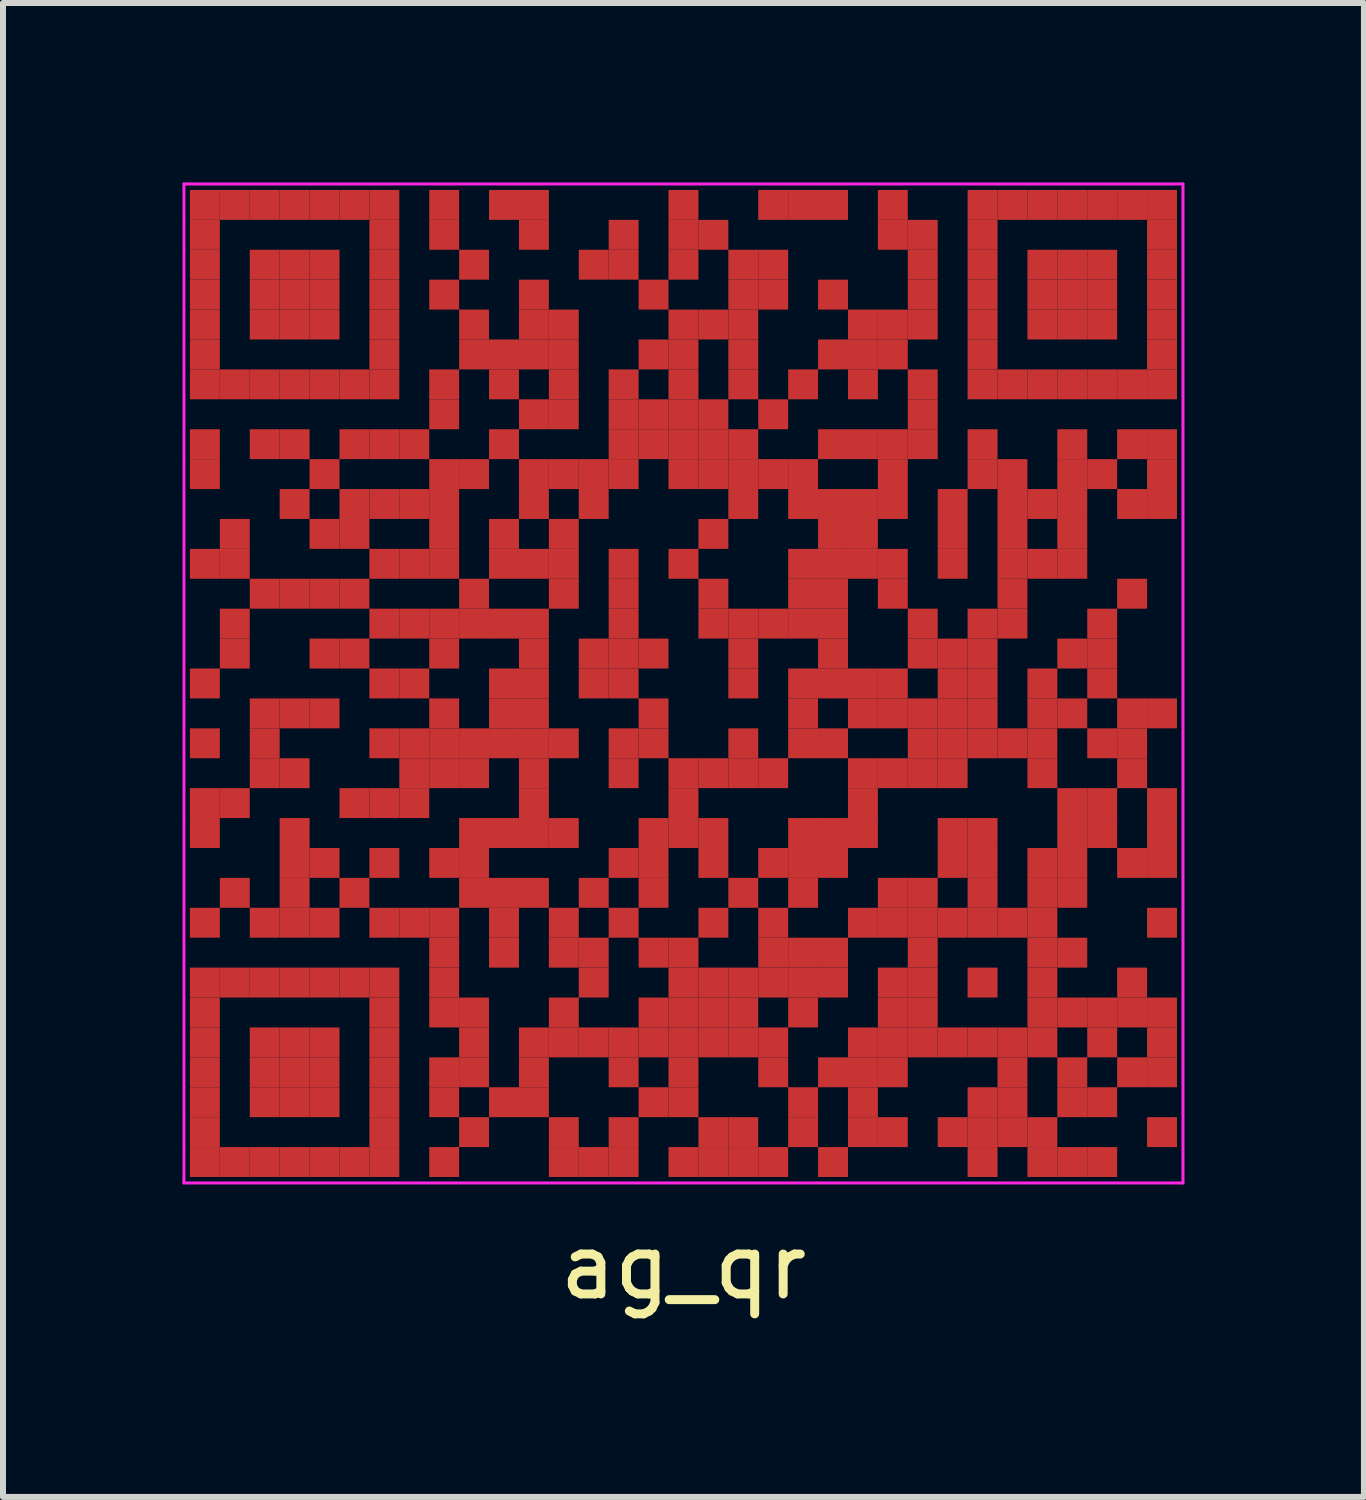
<source format=kicad_pcb>
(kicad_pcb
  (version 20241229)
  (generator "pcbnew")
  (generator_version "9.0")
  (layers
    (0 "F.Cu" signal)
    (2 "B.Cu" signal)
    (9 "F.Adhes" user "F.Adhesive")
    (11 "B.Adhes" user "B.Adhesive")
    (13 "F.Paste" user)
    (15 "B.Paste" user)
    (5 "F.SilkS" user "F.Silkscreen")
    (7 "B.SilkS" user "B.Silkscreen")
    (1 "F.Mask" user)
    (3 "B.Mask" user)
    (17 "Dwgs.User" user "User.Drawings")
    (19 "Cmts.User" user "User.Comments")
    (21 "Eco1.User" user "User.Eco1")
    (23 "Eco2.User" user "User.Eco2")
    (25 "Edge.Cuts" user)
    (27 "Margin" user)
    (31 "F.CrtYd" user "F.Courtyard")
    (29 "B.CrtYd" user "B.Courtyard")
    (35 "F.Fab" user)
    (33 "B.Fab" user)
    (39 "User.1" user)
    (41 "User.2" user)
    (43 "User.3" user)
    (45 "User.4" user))
  (footprint "ag_qr"
    (layer "F.Cu")
    (at 8.375 8.375)
    (property "Reference" "ag_qr" (at 0 9.75 0) (layer "F.SilkS") (effects (font (size 1 1) (thickness 0.15))))
    (fp_rect (start -8.3 -8.3) (end 8.3 8.3) (stroke (width 0) (type solid)) (fill yes) (layer "F.Mask"))
    (fp_line (start -8.35 -8.35) (end 8.35 -8.35) (stroke (width 0.05) (type solid)) (layer "F.CrtYd"))
    (fp_line (start -8.35 8.35) (end -8.35 -8.35) (stroke (width 0.05) (type solid)) (layer "F.CrtYd"))
    (fp_line (start 8.35 -8.35) (end 8.35 8.35) (stroke (width 0.05) (type solid)) (layer "F.CrtYd"))
    (fp_line (start 8.35 8.35) (end -8.35 8.35) (stroke (width 0.05) (type solid)) (layer "F.CrtYd"))
    (pad "" smd rect (at -8 -8) (size 0.5 0.5) (layers "F.Cu"))
    (pad "" smd rect (at -8 -7.5) (size 0.5 0.5) (layers "F.Cu"))
    (pad "" smd rect (at -8 -7) (size 0.5 0.5) (layers "F.Cu"))
    (pad "" smd rect (at -8 -6.5) (size 0.5 0.5) (layers "F.Cu"))
    (pad "" smd rect (at -8 -6) (size 0.5 0.5) (layers "F.Cu"))
    (pad "" smd rect (at -8 -5.5) (size 0.5 0.5) (layers "F.Cu"))
    (pad "" smd rect (at -8 -5) (size 0.5 0.5) (layers "F.Cu"))
    (pad "" smd rect (at -8 -4) (size 0.5 0.5) (layers "F.Cu"))
    (pad "" smd rect (at -8 -3.5) (size 0.5 0.5) (layers "F.Cu"))
    (pad "" smd rect (at -8 -2) (size 0.5 0.5) (layers "F.Cu"))
    (pad "" smd rect (at -8 0) (size 0.5 0.5) (layers "F.Cu"))
    (pad "" smd rect (at -8 1) (size 0.5 0.5) (layers "F.Cu"))
    (pad "" smd rect (at -8 2) (size 0.5 0.5) (layers "F.Cu"))
    (pad "" smd rect (at -8 2.5) (size 0.5 0.5) (layers "F.Cu"))
    (pad "" smd rect (at -8 4) (size 0.5 0.5) (layers "F.Cu"))
    (pad "" smd rect (at -8 5) (size 0.5 0.5) (layers "F.Cu"))
    (pad "" smd rect (at -8 5.5) (size 0.5 0.5) (layers "F.Cu"))
    (pad "" smd rect (at -8 6) (size 0.5 0.5) (layers "F.Cu"))
    (pad "" smd rect (at -8 6.5) (size 0.5 0.5) (layers "F.Cu"))
    (pad "" smd rect (at -8 7) (size 0.5 0.5) (layers "F.Cu"))
    (pad "" smd rect (at -8 7.5) (size 0.5 0.5) (layers "F.Cu"))
    (pad "" smd rect (at -8 8) (size 0.5 0.5) (layers "F.Cu"))
    (pad "" smd rect (at -7.5 -8) (size 0.5 0.5) (layers "F.Cu"))
    (pad "" smd rect (at -7.5 -5) (size 0.5 0.5) (layers "F.Cu"))
    (pad "" smd rect (at -7.5 -2.5) (size 0.5 0.5) (layers "F.Cu"))
    (pad "" smd rect (at -7.5 -2) (size 0.5 0.5) (layers "F.Cu"))
    (pad "" smd rect (at -7.5 -1) (size 0.5 0.5) (layers "F.Cu"))
    (pad "" smd rect (at -7.5 -0.5) (size 0.5 0.5) (layers "F.Cu"))
    (pad "" smd rect (at -7.5 2) (size 0.5 0.5) (layers "F.Cu"))
    (pad "" smd rect (at -7.5 3.5) (size 0.5 0.5) (layers "F.Cu"))
    (pad "" smd rect (at -7.5 5) (size 0.5 0.5) (layers "F.Cu"))
    (pad "" smd rect (at -7.5 8) (size 0.5 0.5) (layers "F.Cu"))
    (pad "" smd rect (at -7 -8) (size 0.5 0.5) (layers "F.Cu"))
    (pad "" smd rect (at -7 -7) (size 0.5 0.5) (layers "F.Cu"))
    (pad "" smd rect (at -7 -6.5) (size 0.5 0.5) (layers "F.Cu"))
    (pad "" smd rect (at -7 -6) (size 0.5 0.5) (layers "F.Cu"))
    (pad "" smd rect (at -7 -5) (size 0.5 0.5) (layers "F.Cu"))
    (pad "" smd rect (at -7 -4) (size 0.5 0.5) (layers "F.Cu"))
    (pad "" smd rect (at -7 -1.5) (size 0.5 0.5) (layers "F.Cu"))
    (pad "" smd rect (at -7 0.5) (size 0.5 0.5) (layers "F.Cu"))
    (pad "" smd rect (at -7 1) (size 0.5 0.5) (layers "F.Cu"))
    (pad "" smd rect (at -7 1.5) (size 0.5 0.5) (layers "F.Cu"))
    (pad "" smd rect (at -7 4) (size 0.5 0.5) (layers "F.Cu"))
    (pad "" smd rect (at -7 5) (size 0.5 0.5) (layers "F.Cu"))
    (pad "" smd rect (at -7 6) (size 0.5 0.5) (layers "F.Cu"))
    (pad "" smd rect (at -7 6.5) (size 0.5 0.5) (layers "F.Cu"))
    (pad "" smd rect (at -7 7) (size 0.5 0.5) (layers "F.Cu"))
    (pad "" smd rect (at -7 8) (size 0.5 0.5) (layers "F.Cu"))
    (pad "" smd rect (at -6.5 -8) (size 0.5 0.5) (layers "F.Cu"))
    (pad "" smd rect (at -6.5 -7) (size 0.5 0.5) (layers "F.Cu"))
    (pad "" smd rect (at -6.5 -6.5) (size 0.5 0.5) (layers "F.Cu"))
    (pad "" smd rect (at -6.5 -6) (size 0.5 0.5) (layers "F.Cu"))
    (pad "" smd rect (at -6.5 -5) (size 0.5 0.5) (layers "F.Cu"))
    (pad "" smd rect (at -6.5 -4) (size 0.5 0.5) (layers "F.Cu"))
    (pad "" smd rect (at -6.5 -3) (size 0.5 0.5) (layers "F.Cu"))
    (pad "" smd rect (at -6.5 -1.5) (size 0.5 0.5) (layers "F.Cu"))
    (pad "" smd rect (at -6.5 0.5) (size 0.5 0.5) (layers "F.Cu"))
    (pad "" smd rect (at -6.5 1.5) (size 0.5 0.5) (layers "F.Cu"))
    (pad "" smd rect (at -6.5 2.5) (size 0.5 0.5) (layers "F.Cu"))
    (pad "" smd rect (at -6.5 3) (size 0.5 0.5) (layers "F.Cu"))
    (pad "" smd rect (at -6.5 3.5) (size 0.5 0.5) (layers "F.Cu"))
    (pad "" smd rect (at -6.5 4) (size 0.5 0.5) (layers "F.Cu"))
    (pad "" smd rect (at -6.5 5) (size 0.5 0.5) (layers "F.Cu"))
    (pad "" smd rect (at -6.5 6) (size 0.5 0.5) (layers "F.Cu"))
    (pad "" smd rect (at -6.5 6.5) (size 0.5 0.5) (layers "F.Cu"))
    (pad "" smd rect (at -6.5 7) (size 0.5 0.5) (layers "F.Cu"))
    (pad "" smd rect (at -6.5 8) (size 0.5 0.5) (layers "F.Cu"))
    (pad "" smd rect (at -6 -8) (size 0.5 0.5) (layers "F.Cu"))
    (pad "" smd rect (at -6 -7) (size 0.5 0.5) (layers "F.Cu"))
    (pad "" smd rect (at -6 -6.5) (size 0.5 0.5) (layers "F.Cu"))
    (pad "" smd rect (at -6 -6) (size 0.5 0.5) (layers "F.Cu"))
    (pad "" smd rect (at -6 -5) (size 0.5 0.5) (layers "F.Cu"))
    (pad "" smd rect (at -6 -3.5) (size 0.5 0.5) (layers "F.Cu"))
    (pad "" smd rect (at -6 -2.5) (size 0.5 0.5) (layers "F.Cu"))
    (pad "" smd rect (at -6 -1.5) (size 0.5 0.5) (layers "F.Cu"))
    (pad "" smd rect (at -6 -0.5) (size 0.5 0.5) (layers "F.Cu"))
    (pad "" smd rect (at -6 0.5) (size 0.5 0.5) (layers "F.Cu"))
    (pad "" smd rect (at -6 3) (size 0.5 0.5) (layers "F.Cu"))
    (pad "" smd rect (at -6 4) (size 0.5 0.5) (layers "F.Cu"))
    (pad "" smd rect (at -6 5) (size 0.5 0.5) (layers "F.Cu"))
    (pad "" smd rect (at -6 6) (size 0.5 0.5) (layers "F.Cu"))
    (pad "" smd rect (at -6 6.5) (size 0.5 0.5) (layers "F.Cu"))
    (pad "" smd rect (at -6 7) (size 0.5 0.5) (layers "F.Cu"))
    (pad "" smd rect (at -6 8) (size 0.5 0.5) (layers "F.Cu"))
    (pad "" smd rect (at -5.5 -8) (size 0.5 0.5) (layers "F.Cu"))
    (pad "" smd rect (at -5.5 -5) (size 0.5 0.5) (layers "F.Cu"))
    (pad "" smd rect (at -5.5 -4) (size 0.5 0.5) (layers "F.Cu"))
    (pad "" smd rect (at -5.5 -3) (size 0.5 0.5) (layers "F.Cu"))
    (pad "" smd rect (at -5.5 -2.5) (size 0.5 0.5) (layers "F.Cu"))
    (pad "" smd rect (at -5.5 -1.5) (size 0.5 0.5) (layers "F.Cu"))
    (pad "" smd rect (at -5.5 -0.5) (size 0.5 0.5) (layers "F.Cu"))
    (pad "" smd rect (at -5.5 2) (size 0.5 0.5) (layers "F.Cu"))
    (pad "" smd rect (at -5.5 3.5) (size 0.5 0.5) (layers "F.Cu"))
    (pad "" smd rect (at -5.5 5) (size 0.5 0.5) (layers "F.Cu"))
    (pad "" smd rect (at -5.5 8) (size 0.5 0.5) (layers "F.Cu"))
    (pad "" smd rect (at -5 -8) (size 0.5 0.5) (layers "F.Cu"))
    (pad "" smd rect (at -5 -7.5) (size 0.5 0.5) (layers "F.Cu"))
    (pad "" smd rect (at -5 -7) (size 0.5 0.5) (layers "F.Cu"))
    (pad "" smd rect (at -5 -6.5) (size 0.5 0.5) (layers "F.Cu"))
    (pad "" smd rect (at -5 -6) (size 0.5 0.5) (layers "F.Cu"))
    (pad "" smd rect (at -5 -5.5) (size 0.5 0.5) (layers "F.Cu"))
    (pad "" smd rect (at -5 -5) (size 0.5 0.5) (layers "F.Cu"))
    (pad "" smd rect (at -5 -4) (size 0.5 0.5) (layers "F.Cu"))
    (pad "" smd rect (at -5 -3) (size 0.5 0.5) (layers "F.Cu"))
    (pad "" smd rect (at -5 -2) (size 0.5 0.5) (layers "F.Cu"))
    (pad "" smd rect (at -5 -1) (size 0.5 0.5) (layers "F.Cu"))
    (pad "" smd rect (at -5 0) (size 0.5 0.5) (layers "F.Cu"))
    (pad "" smd rect (at -5 1) (size 0.5 0.5) (layers "F.Cu"))
    (pad "" smd rect (at -5 2) (size 0.5 0.5) (layers "F.Cu"))
    (pad "" smd rect (at -5 3) (size 0.5 0.5) (layers "F.Cu"))
    (pad "" smd rect (at -5 4) (size 0.5 0.5) (layers "F.Cu"))
    (pad "" smd rect (at -5 5) (size 0.5 0.5) (layers "F.Cu"))
    (pad "" smd rect (at -5 5.5) (size 0.5 0.5) (layers "F.Cu"))
    (pad "" smd rect (at -5 6) (size 0.5 0.5) (layers "F.Cu"))
    (pad "" smd rect (at -5 6.5) (size 0.5 0.5) (layers "F.Cu"))
    (pad "" smd rect (at -5 7) (size 0.5 0.5) (layers "F.Cu"))
    (pad "" smd rect (at -5 7.5) (size 0.5 0.5) (layers "F.Cu"))
    (pad "" smd rect (at -5 8) (size 0.5 0.5) (layers "F.Cu"))
    (pad "" smd rect (at -4.5 -4) (size 0.5 0.5) (layers "F.Cu"))
    (pad "" smd rect (at -4.5 -3) (size 0.5 0.5) (layers "F.Cu"))
    (pad "" smd rect (at -4.5 -2) (size 0.5 0.5) (layers "F.Cu"))
    (pad "" smd rect (at -4.5 -1) (size 0.5 0.5) (layers "F.Cu"))
    (pad "" smd rect (at -4.5 0) (size 0.5 0.5) (layers "F.Cu"))
    (pad "" smd rect (at -4.5 1) (size 0.5 0.5) (layers "F.Cu"))
    (pad "" smd rect (at -4.5 1.5) (size 0.5 0.5) (layers "F.Cu"))
    (pad "" smd rect (at -4.5 2) (size 0.5 0.5) (layers "F.Cu"))
    (pad "" smd rect (at -4.5 4) (size 0.5 0.5) (layers "F.Cu"))
    (pad "" smd rect (at -4 -8) (size 0.5 0.5) (layers "F.Cu"))
    (pad "" smd rect (at -4 -7.5) (size 0.5 0.5) (layers "F.Cu"))
    (pad "" smd rect (at -4 -6.5) (size 0.5 0.5) (layers "F.Cu"))
    (pad "" smd rect (at -4 -5) (size 0.5 0.5) (layers "F.Cu"))
    (pad "" smd rect (at -4 -4.5) (size 0.5 0.5) (layers "F.Cu"))
    (pad "" smd rect (at -4 -3.5) (size 0.5 0.5) (layers "F.Cu"))
    (pad "" smd rect (at -4 -3) (size 0.5 0.5) (layers "F.Cu"))
    (pad "" smd rect (at -4 -2.5) (size 0.5 0.5) (layers "F.Cu"))
    (pad "" smd rect (at -4 -2) (size 0.5 0.5) (layers "F.Cu"))
    (pad "" smd rect (at -4 -1) (size 0.5 0.5) (layers "F.Cu"))
    (pad "" smd rect (at -4 -0.5) (size 0.5 0.5) (layers "F.Cu"))
    (pad "" smd rect (at -4 0.5) (size 0.5 0.5) (layers "F.Cu"))
    (pad "" smd rect (at -4 1) (size 0.5 0.5) (layers "F.Cu"))
    (pad "" smd rect (at -4 1.5) (size 0.5 0.5) (layers "F.Cu"))
    (pad "" smd rect (at -4 3) (size 0.5 0.5) (layers "F.Cu"))
    (pad "" smd rect (at -4 4) (size 0.5 0.5) (layers "F.Cu"))
    (pad "" smd rect (at -4 4.5) (size 0.5 0.5) (layers "F.Cu"))
    (pad "" smd rect (at -4 5) (size 0.5 0.5) (layers "F.Cu"))
    (pad "" smd rect (at -4 5.5) (size 0.5 0.5) (layers "F.Cu"))
    (pad "" smd rect (at -4 6.5) (size 0.5 0.5) (layers "F.Cu"))
    (pad "" smd rect (at -4 7) (size 0.5 0.5) (layers "F.Cu"))
    (pad "" smd rect (at -4 8) (size 0.5 0.5) (layers "F.Cu"))
    (pad "" smd rect (at -3.5 -7) (size 0.5 0.5) (layers "F.Cu"))
    (pad "" smd rect (at -3.5 -6) (size 0.5 0.5) (layers "F.Cu"))
    (pad "" smd rect (at -3.5 -5.5) (size 0.5 0.5) (layers "F.Cu"))
    (pad "" smd rect (at -3.5 -3.5) (size 0.5 0.5) (layers "F.Cu"))
    (pad "" smd rect (at -3.5 -1.5) (size 0.5 0.5) (layers "F.Cu"))
    (pad "" smd rect (at -3.5 -1) (size 0.5 0.5) (layers "F.Cu"))
    (pad "" smd rect (at -3.5 1) (size 0.5 0.5) (layers "F.Cu"))
    (pad "" smd rect (at -3.5 1.5) (size 0.5 0.5) (layers "F.Cu"))
    (pad "" smd rect (at -3.5 2.5) (size 0.5 0.5) (layers "F.Cu"))
    (pad "" smd rect (at -3.5 3) (size 0.5 0.5) (layers "F.Cu"))
    (pad "" smd rect (at -3.5 3.5) (size 0.5 0.5) (layers "F.Cu"))
    (pad "" smd rect (at -3.5 5.5) (size 0.5 0.5) (layers "F.Cu"))
    (pad "" smd rect (at -3.5 6) (size 0.5 0.5) (layers "F.Cu"))
    (pad "" smd rect (at -3.5 6.5) (size 0.5 0.5) (layers "F.Cu"))
    (pad "" smd rect (at -3.5 7.5) (size 0.5 0.5) (layers "F.Cu"))
    (pad "" smd rect (at -3 -8) (size 0.5 0.5) (layers "F.Cu"))
    (pad "" smd rect (at -3 -5.5) (size 0.5 0.5) (layers "F.Cu"))
    (pad "" smd rect (at -3 -5) (size 0.5 0.5) (layers "F.Cu"))
    (pad "" smd rect (at -3 -4) (size 0.5 0.5) (layers "F.Cu"))
    (pad "" smd rect (at -3 -2.5) (size 0.5 0.5) (layers "F.Cu"))
    (pad "" smd rect (at -3 -2) (size 0.5 0.5) (layers "F.Cu"))
    (pad "" smd rect (at -3 -1) (size 0.5 0.5) (layers "F.Cu"))
    (pad "" smd rect (at -3 0) (size 0.5 0.5) (layers "F.Cu"))
    (pad "" smd rect (at -3 0.5) (size 0.5 0.5) (layers "F.Cu"))
    (pad "" smd rect (at -3 1) (size 0.5 0.5) (layers "F.Cu"))
    (pad "" smd rect (at -3 2.5) (size 0.5 0.5) (layers "F.Cu"))
    (pad "" smd rect (at -3 3.5) (size 0.5 0.5) (layers "F.Cu"))
    (pad "" smd rect (at -3 4) (size 0.5 0.5) (layers "F.Cu"))
    (pad "" smd rect (at -3 4.5) (size 0.5 0.5) (layers "F.Cu"))
    (pad "" smd rect (at -3 7) (size 0.5 0.5) (layers "F.Cu"))
    (pad "" smd rect (at -2.5 -8) (size 0.5 0.5) (layers "F.Cu"))
    (pad "" smd rect (at -2.5 -7.5) (size 0.5 0.5) (layers "F.Cu"))
    (pad "" smd rect (at -2.5 -6.5) (size 0.5 0.5) (layers "F.Cu"))
    (pad "" smd rect (at -2.5 -6) (size 0.5 0.5) (layers "F.Cu"))
    (pad "" smd rect (at -2.5 -5.5) (size 0.5 0.5) (layers "F.Cu"))
    (pad "" smd rect (at -2.5 -4.5) (size 0.5 0.5) (layers "F.Cu"))
    (pad "" smd rect (at -2.5 -3.5) (size 0.5 0.5) (layers "F.Cu"))
    (pad "" smd rect (at -2.5 -3) (size 0.5 0.5) (layers "F.Cu"))
    (pad "" smd rect (at -2.5 -2) (size 0.5 0.5) (layers "F.Cu"))
    (pad "" smd rect (at -2.5 -1) (size 0.5 0.5) (layers "F.Cu"))
    (pad "" smd rect (at -2.5 -0.5) (size 0.5 0.5) (layers "F.Cu"))
    (pad "" smd rect (at -2.5 0) (size 0.5 0.5) (layers "F.Cu"))
    (pad "" smd rect (at -2.5 0.5) (size 0.5 0.5) (layers "F.Cu"))
    (pad "" smd rect (at -2.5 1) (size 0.5 0.5) (layers "F.Cu"))
    (pad "" smd rect (at -2.5 1.5) (size 0.5 0.5) (layers "F.Cu"))
    (pad "" smd rect (at -2.5 2) (size 0.5 0.5) (layers "F.Cu"))
    (pad "" smd rect (at -2.5 2.5) (size 0.5 0.5) (layers "F.Cu"))
    (pad "" smd rect (at -2.5 3.5) (size 0.5 0.5) (layers "F.Cu"))
    (pad "" smd rect (at -2.5 6) (size 0.5 0.5) (layers "F.Cu"))
    (pad "" smd rect (at -2.5 6.5) (size 0.5 0.5) (layers "F.Cu"))
    (pad "" smd rect (at -2.5 7) (size 0.5 0.5) (layers "F.Cu"))
    (pad "" smd rect (at -2 -6) (size 0.5 0.5) (layers "F.Cu"))
    (pad "" smd rect (at -2 -5.5) (size 0.5 0.5) (layers "F.Cu"))
    (pad "" smd rect (at -2 -5) (size 0.5 0.5) (layers "F.Cu"))
    (pad "" smd rect (at -2 -4.5) (size 0.5 0.5) (layers "F.Cu"))
    (pad "" smd rect (at -2 -3.5) (size 0.5 0.5) (layers "F.Cu"))
    (pad "" smd rect (at -2 -2.5) (size 0.5 0.5) (layers "F.Cu"))
    (pad "" smd rect (at -2 -2) (size 0.5 0.5) (layers "F.Cu"))
    (pad "" smd rect (at -2 -1.5) (size 0.5 0.5) (layers "F.Cu"))
    (pad "" smd rect (at -2 1) (size 0.5 0.5) (layers "F.Cu"))
    (pad "" smd rect (at -2 2.5) (size 0.5 0.5) (layers "F.Cu"))
    (pad "" smd rect (at -2 4) (size 0.5 0.5) (layers "F.Cu"))
    (pad "" smd rect (at -2 4.5) (size 0.5 0.5) (layers "F.Cu"))
    (pad "" smd rect (at -2 5.5) (size 0.5 0.5) (layers "F.Cu"))
    (pad "" smd rect (at -2 6) (size 0.5 0.5) (layers "F.Cu"))
    (pad "" smd rect (at -2 7.5) (size 0.5 0.5) (layers "F.Cu"))
    (pad "" smd rect (at -2 8) (size 0.5 0.5) (layers "F.Cu"))
    (pad "" smd rect (at -1.5 -7) (size 0.5 0.5) (layers "F.Cu"))
    (pad "" smd rect (at -1.5 -3.5) (size 0.5 0.5) (layers "F.Cu"))
    (pad "" smd rect (at -1.5 -3) (size 0.5 0.5) (layers "F.Cu"))
    (pad "" smd rect (at -1.5 -0.5) (size 0.5 0.5) (layers "F.Cu"))
    (pad "" smd rect (at -1.5 0) (size 0.5 0.5) (layers "F.Cu"))
    (pad "" smd rect (at -1.5 3.5) (size 0.5 0.5) (layers "F.Cu"))
    (pad "" smd rect (at -1.5 4.5) (size 0.5 0.5) (layers "F.Cu"))
    (pad "" smd rect (at -1.5 5) (size 0.5 0.5) (layers "F.Cu"))
    (pad "" smd rect (at -1.5 6) (size 0.5 0.5) (layers "F.Cu"))
    (pad "" smd rect (at -1.5 8) (size 0.5 0.5) (layers "F.Cu"))
    (pad "" smd rect (at -1 -7.5) (size 0.5 0.5) (layers "F.Cu"))
    (pad "" smd rect (at -1 -7) (size 0.5 0.5) (layers "F.Cu"))
    (pad "" smd rect (at -1 -5) (size 0.5 0.5) (layers "F.Cu"))
    (pad "" smd rect (at -1 -4.5) (size 0.5 0.5) (layers "F.Cu"))
    (pad "" smd rect (at -1 -4) (size 0.5 0.5) (layers "F.Cu"))
    (pad "" smd rect (at -1 -3.5) (size 0.5 0.5) (layers "F.Cu"))
    (pad "" smd rect (at -1 -2) (size 0.5 0.5) (layers "F.Cu"))
    (pad "" smd rect (at -1 -1.5) (size 0.5 0.5) (layers "F.Cu"))
    (pad "" smd rect (at -1 -1) (size 0.5 0.5) (layers "F.Cu"))
    (pad "" smd rect (at -1 -0.5) (size 0.5 0.5) (layers "F.Cu"))
    (pad "" smd rect (at -1 0) (size 0.5 0.5) (layers "F.Cu"))
    (pad "" smd rect (at -1 1) (size 0.5 0.5) (layers "F.Cu"))
    (pad "" smd rect (at -1 1.5) (size 0.5 0.5) (layers "F.Cu"))
    (pad "" smd rect (at -1 3) (size 0.5 0.5) (layers "F.Cu"))
    (pad "" smd rect (at -1 4) (size 0.5 0.5) (layers "F.Cu"))
    (pad "" smd rect (at -1 6) (size 0.5 0.5) (layers "F.Cu"))
    (pad "" smd rect (at -1 6.5) (size 0.5 0.5) (layers "F.Cu"))
    (pad "" smd rect (at -1 7.5) (size 0.5 0.5) (layers "F.Cu"))
    (pad "" smd rect (at -1 8) (size 0.5 0.5) (layers "F.Cu"))
    (pad "" smd rect (at -0.5 -6.5) (size 0.5 0.5) (layers "F.Cu"))
    (pad "" smd rect (at -0.5 -5.5) (size 0.5 0.5) (layers "F.Cu"))
    (pad "" smd rect (at -0.5 -4.5) (size 0.5 0.5) (layers "F.Cu"))
    (pad "" smd rect (at -0.5 -4) (size 0.5 0.5) (layers "F.Cu"))
    (pad "" smd rect (at -0.5 -0.5) (size 0.5 0.5) (layers "F.Cu"))
    (pad "" smd rect (at -0.5 0.5) (size 0.5 0.5) (layers "F.Cu"))
    (pad "" smd rect (at -0.5 1) (size 0.5 0.5) (layers "F.Cu"))
    (pad "" smd rect (at -0.5 2.5) (size 0.5 0.5) (layers "F.Cu"))
    (pad "" smd rect (at -0.5 3) (size 0.5 0.5) (layers "F.Cu"))
    (pad "" smd rect (at -0.5 3.5) (size 0.5 0.5) (layers "F.Cu"))
    (pad "" smd rect (at -0.5 4.5) (size 0.5 0.5) (layers "F.Cu"))
    (pad "" smd rect (at -0.5 5.5) (size 0.5 0.5) (layers "F.Cu"))
    (pad "" smd rect (at -0.5 6) (size 0.5 0.5) (layers "F.Cu"))
    (pad "" smd rect (at -0.5 7) (size 0.5 0.5) (layers "F.Cu"))
    (pad "" smd rect (at 0 -8) (size 0.5 0.5) (layers "F.Cu"))
    (pad "" smd rect (at 0 -7.5) (size 0.5 0.5) (layers "F.Cu"))
    (pad "" smd rect (at 0 -7) (size 0.5 0.5) (layers "F.Cu"))
    (pad "" smd rect (at 0 -6) (size 0.5 0.5) (layers "F.Cu"))
    (pad "" smd rect (at 0 -5.5) (size 0.5 0.5) (layers "F.Cu"))
    (pad "" smd rect (at 0 -5) (size 0.5 0.5) (layers "F.Cu"))
    (pad "" smd rect (at 0 -4.5) (size 0.5 0.5) (layers "F.Cu"))
    (pad "" smd rect (at 0 -4) (size 0.5 0.5) (layers "F.Cu"))
    (pad "" smd rect (at 0 -3.5) (size 0.5 0.5) (layers "F.Cu"))
    (pad "" smd rect (at 0 -2) (size 0.5 0.5) (layers "F.Cu"))
    (pad "" smd rect (at 0 1.5) (size 0.5 0.5) (layers "F.Cu"))
    (pad "" smd rect (at 0 2) (size 0.5 0.5) (layers "F.Cu"))
    (pad "" smd rect (at 0 2.5) (size 0.5 0.5) (layers "F.Cu"))
    (pad "" smd rect (at 0 4.5) (size 0.5 0.5) (layers "F.Cu"))
    (pad "" smd rect (at 0 5) (size 0.5 0.5) (layers "F.Cu"))
    (pad "" smd rect (at 0 5.5) (size 0.5 0.5) (layers "F.Cu"))
    (pad "" smd rect (at 0 6) (size 0.5 0.5) (layers "F.Cu"))
    (pad "" smd rect (at 0 6.5) (size 0.5 0.5) (layers "F.Cu"))
    (pad "" smd rect (at 0 7) (size 0.5 0.5) (layers "F.Cu"))
    (pad "" smd rect (at 0 8) (size 0.5 0.5) (layers "F.Cu"))
    (pad "" smd rect (at 0.5 -7.5) (size 0.5 0.5) (layers "F.Cu"))
    (pad "" smd rect (at 0.5 -6) (size 0.5 0.5) (layers "F.Cu"))
    (pad "" smd rect (at 0.5 -4.5) (size 0.5 0.5) (layers "F.Cu"))
    (pad "" smd rect (at 0.5 -4) (size 0.5 0.5) (layers "F.Cu"))
    (pad "" smd rect (at 0.5 -3.5) (size 0.5 0.5) (layers "F.Cu"))
    (pad "" smd rect (at 0.5 -2.5) (size 0.5 0.5) (layers "F.Cu"))
    (pad "" smd rect (at 0.5 -1.5) (size 0.5 0.5) (layers "F.Cu"))
    (pad "" smd rect (at 0.5 -1) (size 0.5 0.5) (layers "F.Cu"))
    (pad "" smd rect (at 0.5 1.5) (size 0.5 0.5) (layers "F.Cu"))
    (pad "" smd rect (at 0.5 2.5) (size 0.5 0.5) (layers "F.Cu"))
    (pad "" smd rect (at 0.5 3) (size 0.5 0.5) (layers "F.Cu"))
    (pad "" smd rect (at 0.5 4) (size 0.5 0.5) (layers "F.Cu"))
    (pad "" smd rect (at 0.5 5) (size 0.5 0.5) (layers "F.Cu"))
    (pad "" smd rect (at 0.5 5.5) (size 0.5 0.5) (layers "F.Cu"))
    (pad "" smd rect (at 0.5 6) (size 0.5 0.5) (layers "F.Cu"))
    (pad "" smd rect (at 0.5 7.5) (size 0.5 0.5) (layers "F.Cu"))
    (pad "" smd rect (at 0.5 8) (size 0.5 0.5) (layers "F.Cu"))
    (pad "" smd rect (at 1 -7) (size 0.5 0.5) (layers "F.Cu"))
    (pad "" smd rect (at 1 -6.5) (size 0.5 0.5) (layers "F.Cu"))
    (pad "" smd rect (at 1 -6) (size 0.5 0.5) (layers "F.Cu"))
    (pad "" smd rect (at 1 -5.5) (size 0.5 0.5) (layers "F.Cu"))
    (pad "" smd rect (at 1 -5) (size 0.5 0.5) (layers "F.Cu"))
    (pad "" smd rect (at 1 -4) (size 0.5 0.5) (layers "F.Cu"))
    (pad "" smd rect (at 1 -3.5) (size 0.5 0.5) (layers "F.Cu"))
    (pad "" smd rect (at 1 -3) (size 0.5 0.5) (layers "F.Cu"))
    (pad "" smd rect (at 1 -1) (size 0.5 0.5) (layers "F.Cu"))
    (pad "" smd rect (at 1 -0.5) (size 0.5 0.5) (layers "F.Cu"))
    (pad "" smd rect (at 1 0) (size 0.5 0.5) (layers "F.Cu"))
    (pad "" smd rect (at 1 1) (size 0.5 0.5) (layers "F.Cu"))
    (pad "" smd rect (at 1 1.5) (size 0.5 0.5) (layers "F.Cu"))
    (pad "" smd rect (at 1 3.5) (size 0.5 0.5) (layers "F.Cu"))
    (pad "" smd rect (at 1 5) (size 0.5 0.5) (layers "F.Cu"))
    (pad "" smd rect (at 1 5.5) (size 0.5 0.5) (layers "F.Cu"))
    (pad "" smd rect (at 1 6) (size 0.5 0.5) (layers "F.Cu"))
    (pad "" smd rect (at 1 7.5) (size 0.5 0.5) (layers "F.Cu"))
    (pad "" smd rect (at 1 8) (size 0.5 0.5) (layers "F.Cu"))
    (pad "" smd rect (at 1.5 -8) (size 0.5 0.5) (layers "F.Cu"))
    (pad "" smd rect (at 1.5 -7) (size 0.5 0.5) (layers "F.Cu"))
    (pad "" smd rect (at 1.5 -6.5) (size 0.5 0.5) (layers "F.Cu"))
    (pad "" smd rect (at 1.5 -4.5) (size 0.5 0.5) (layers "F.Cu"))
    (pad "" smd rect (at 1.5 -3.5) (size 0.5 0.5) (layers "F.Cu"))
    (pad "" smd rect (at 1.5 -1) (size 0.5 0.5) (layers "F.Cu"))
    (pad "" smd rect (at 1.5 1.5) (size 0.5 0.5) (layers "F.Cu"))
    (pad "" smd rect (at 1.5 3) (size 0.5 0.5) (layers "F.Cu"))
    (pad "" smd rect (at 1.5 4) (size 0.5 0.5) (layers "F.Cu"))
    (pad "" smd rect (at 1.5 4.5) (size 0.5 0.5) (layers "F.Cu"))
    (pad "" smd rect (at 1.5 5) (size 0.5 0.5) (layers "F.Cu"))
    (pad "" smd rect (at 1.5 6) (size 0.5 0.5) (layers "F.Cu"))
    (pad "" smd rect (at 1.5 6.5) (size 0.5 0.5) (layers "F.Cu"))
    (pad "" smd rect (at 1.5 8) (size 0.5 0.5) (layers "F.Cu"))
    (pad "" smd rect (at 2 -8) (size 0.5 0.5) (layers "F.Cu"))
    (pad "" smd rect (at 2 -5) (size 0.5 0.5) (layers "F.Cu"))
    (pad "" smd rect (at 2 -3.5) (size 0.5 0.5) (layers "F.Cu"))
    (pad "" smd rect (at 2 -3) (size 0.5 0.5) (layers "F.Cu"))
    (pad "" smd rect (at 2 -2) (size 0.5 0.5) (layers "F.Cu"))
    (pad "" smd rect (at 2 -1.5) (size 0.5 0.5) (layers "F.Cu"))
    (pad "" smd rect (at 2 -1) (size 0.5 0.5) (layers "F.Cu"))
    (pad "" smd rect (at 2 0) (size 0.5 0.5) (layers "F.Cu"))
    (pad "" smd rect (at 2 0.5) (size 0.5 0.5) (layers "F.Cu"))
    (pad "" smd rect (at 2 1) (size 0.5 0.5) (layers "F.Cu"))
    (pad "" smd rect (at 2 2.5) (size 0.5 0.5) (layers "F.Cu"))
    (pad "" smd rect (at 2 3) (size 0.5 0.5) (layers "F.Cu"))
    (pad "" smd rect (at 2 3.5) (size 0.5 0.5) (layers "F.Cu"))
    (pad "" smd rect (at 2 4.5) (size 0.5 0.5) (layers "F.Cu"))
    (pad "" smd rect (at 2 5) (size 0.5 0.5) (layers "F.Cu"))
    (pad "" smd rect (at 2 5.5) (size 0.5 0.5) (layers "F.Cu"))
    (pad "" smd rect (at 2 7) (size 0.5 0.5) (layers "F.Cu"))
    (pad "" smd rect (at 2 7.5) (size 0.5 0.5) (layers "F.Cu"))
    (pad "" smd rect (at 2.5 -8) (size 0.5 0.5) (layers "F.Cu"))
    (pad "" smd rect (at 2.5 -6.5) (size 0.5 0.5) (layers "F.Cu"))
    (pad "" smd rect (at 2.5 -5.5) (size 0.5 0.5) (layers "F.Cu"))
    (pad "" smd rect (at 2.5 -4) (size 0.5 0.5) (layers "F.Cu"))
    (pad "" smd rect (at 2.5 -3) (size 0.5 0.5) (layers "F.Cu"))
    (pad "" smd rect (at 2.5 -2.5) (size 0.5 0.5) (layers "F.Cu"))
    (pad "" smd rect (at 2.5 -2) (size 0.5 0.5) (layers "F.Cu"))
    (pad "" smd rect (at 2.5 -1.5) (size 0.5 0.5) (layers "F.Cu"))
    (pad "" smd rect (at 2.5 -1) (size 0.5 0.5) (layers "F.Cu"))
    (pad "" smd rect (at 2.5 -0.5) (size 0.5 0.5) (layers "F.Cu"))
    (pad "" smd rect (at 2.5 0) (size 0.5 0.5) (layers "F.Cu"))
    (pad "" smd rect (at 2.5 1) (size 0.5 0.5) (layers "F.Cu"))
    (pad "" smd rect (at 2.5 2.5) (size 0.5 0.5) (layers "F.Cu"))
    (pad "" smd rect (at 2.5 3) (size 0.5 0.5) (layers "F.Cu"))
    (pad "" smd rect (at 2.5 4.5) (size 0.5 0.5) (layers "F.Cu"))
    (pad "" smd rect (at 2.5 5) (size 0.5 0.5) (layers "F.Cu"))
    (pad "" smd rect (at 2.5 6.5) (size 0.5 0.5) (layers "F.Cu"))
    (pad "" smd rect (at 2.5 8) (size 0.5 0.5) (layers "F.Cu"))
    (pad "" smd rect (at 3 -6) (size 0.5 0.5) (layers "F.Cu"))
    (pad "" smd rect (at 3 -5.5) (size 0.5 0.5) (layers "F.Cu"))
    (pad "" smd rect (at 3 -5) (size 0.5 0.5) (layers "F.Cu"))
    (pad "" smd rect (at 3 -4) (size 0.5 0.5) (layers "F.Cu"))
    (pad "" smd rect (at 3 -3) (size 0.5 0.5) (layers "F.Cu"))
    (pad "" smd rect (at 3 -2.5) (size 0.5 0.5) (layers "F.Cu"))
    (pad "" smd rect (at 3 -2) (size 0.5 0.5) (layers "F.Cu"))
    (pad "" smd rect (at 3 0) (size 0.5 0.5) (layers "F.Cu"))
    (pad "" smd rect (at 3 0.5) (size 0.5 0.5) (layers "F.Cu"))
    (pad "" smd rect (at 3 1.5) (size 0.5 0.5) (layers "F.Cu"))
    (pad "" smd rect (at 3 2) (size 0.5 0.5) (layers "F.Cu"))
    (pad "" smd rect (at 3 2.5) (size 0.5 0.5) (layers "F.Cu"))
    (pad "" smd rect (at 3 4) (size 0.5 0.5) (layers "F.Cu"))
    (pad "" smd rect (at 3 6) (size 0.5 0.5) (layers "F.Cu"))
    (pad "" smd rect (at 3 6.5) (size 0.5 0.5) (layers "F.Cu"))
    (pad "" smd rect (at 3 7) (size 0.5 0.5) (layers "F.Cu"))
    (pad "" smd rect (at 3 7.5) (size 0.5 0.5) (layers "F.Cu"))
    (pad "" smd rect (at 3.5 -8) (size 0.5 0.5) (layers "F.Cu"))
    (pad "" smd rect (at 3.5 -7.5) (size 0.5 0.5) (layers "F.Cu"))
    (pad "" smd rect (at 3.5 -6) (size 0.5 0.5) (layers "F.Cu"))
    (pad "" smd rect (at 3.5 -5.5) (size 0.5 0.5) (layers "F.Cu"))
    (pad "" smd rect (at 3.5 -4) (size 0.5 0.5) (layers "F.Cu"))
    (pad "" smd rect (at 3.5 -3.5) (size 0.5 0.5) (layers "F.Cu"))
    (pad "" smd rect (at 3.5 -3) (size 0.5 0.5) (layers "F.Cu"))
    (pad "" smd rect (at 3.5 -2) (size 0.5 0.5) (layers "F.Cu"))
    (pad "" smd rect (at 3.5 -1.5) (size 0.5 0.5) (layers "F.Cu"))
    (pad "" smd rect (at 3.5 0) (size 0.5 0.5) (layers "F.Cu"))
    (pad "" smd rect (at 3.5 0.5) (size 0.5 0.5) (layers "F.Cu"))
    (pad "" smd rect (at 3.5 1.5) (size 0.5 0.5) (layers "F.Cu"))
    (pad "" smd rect (at 3.5 3.5) (size 0.5 0.5) (layers "F.Cu"))
    (pad "" smd rect (at 3.5 4) (size 0.5 0.5) (layers "F.Cu"))
    (pad "" smd rect (at 3.5 5) (size 0.5 0.5) (layers "F.Cu"))
    (pad "" smd rect (at 3.5 5.5) (size 0.5 0.5) (layers "F.Cu"))
    (pad "" smd rect (at 3.5 6) (size 0.5 0.5) (layers "F.Cu"))
    (pad "" smd rect (at 3.5 6.5) (size 0.5 0.5) (layers "F.Cu"))
    (pad "" smd rect (at 3.5 7.5) (size 0.5 0.5) (layers "F.Cu"))
    (pad "" smd rect (at 4 -7.5) (size 0.5 0.5) (layers "F.Cu"))
    (pad "" smd rect (at 4 -7) (size 0.5 0.5) (layers "F.Cu"))
    (pad "" smd rect (at 4 -6.5) (size 0.5 0.5) (layers "F.Cu"))
    (pad "" smd rect (at 4 -6) (size 0.5 0.5) (layers "F.Cu"))
    (pad "" smd rect (at 4 -5) (size 0.5 0.5) (layers "F.Cu"))
    (pad "" smd rect (at 4 -4.5) (size 0.5 0.5) (layers "F.Cu"))
    (pad "" smd rect (at 4 -4) (size 0.5 0.5) (layers "F.Cu"))
    (pad "" smd rect (at 4 -1) (size 0.5 0.5) (layers "F.Cu"))
    (pad "" smd rect (at 4 -0.5) (size 0.5 0.5) (layers "F.Cu"))
    (pad "" smd rect (at 4 0.5) (size 0.5 0.5) (layers "F.Cu"))
    (pad "" smd rect (at 4 1) (size 0.5 0.5) (layers "F.Cu"))
    (pad "" smd rect (at 4 1.5) (size 0.5 0.5) (layers "F.Cu"))
    (pad "" smd rect (at 4 3.5) (size 0.5 0.5) (layers "F.Cu"))
    (pad "" smd rect (at 4 4) (size 0.5 0.5) (layers "F.Cu"))
    (pad "" smd rect (at 4 4.5) (size 0.5 0.5) (layers "F.Cu"))
    (pad "" smd rect (at 4 5) (size 0.5 0.5) (layers "F.Cu"))
    (pad "" smd rect (at 4 5.5) (size 0.5 0.5) (layers "F.Cu"))
    (pad "" smd rect (at 4 6) (size 0.5 0.5) (layers "F.Cu"))
    (pad "" smd rect (at 4.5 -3) (size 0.5 0.5) (layers "F.Cu"))
    (pad "" smd rect (at 4.5 -2.5) (size 0.5 0.5) (layers "F.Cu"))
    (pad "" smd rect (at 4.5 -2) (size 0.5 0.5) (layers "F.Cu"))
    (pad "" smd rect (at 4.5 -0.5) (size 0.5 0.5) (layers "F.Cu"))
    (pad "" smd rect (at 4.5 0) (size 0.5 0.5) (layers "F.Cu"))
    (pad "" smd rect (at 4.5 0.5) (size 0.5 0.5) (layers "F.Cu"))
    (pad "" smd rect (at 4.5 1) (size 0.5 0.5) (layers "F.Cu"))
    (pad "" smd rect (at 4.5 1.5) (size 0.5 0.5) (layers "F.Cu"))
    (pad "" smd rect (at 4.5 2.5) (size 0.5 0.5) (layers "F.Cu"))
    (pad "" smd rect (at 4.5 3) (size 0.5 0.5) (layers "F.Cu"))
    (pad "" smd rect (at 4.5 4) (size 0.5 0.5) (layers "F.Cu"))
    (pad "" smd rect (at 4.5 6) (size 0.5 0.5) (layers "F.Cu"))
    (pad "" smd rect (at 4.5 7.5) (size 0.5 0.5) (layers "F.Cu"))
    (pad "" smd rect (at 5 -8) (size 0.5 0.5) (layers "F.Cu"))
    (pad "" smd rect (at 5 -7.5) (size 0.5 0.5) (layers "F.Cu"))
    (pad "" smd rect (at 5 -7) (size 0.5 0.5) (layers "F.Cu"))
    (pad "" smd rect (at 5 -6.5) (size 0.5 0.5) (layers "F.Cu"))
    (pad "" smd rect (at 5 -6) (size 0.5 0.5) (layers "F.Cu"))
    (pad "" smd rect (at 5 -5.5) (size 0.5 0.5) (layers "F.Cu"))
    (pad "" smd rect (at 5 -5) (size 0.5 0.5) (layers "F.Cu"))
    (pad "" smd rect (at 5 -4) (size 0.5 0.5) (layers "F.Cu"))
    (pad "" smd rect (at 5 -3.5) (size 0.5 0.5) (layers "F.Cu"))
    (pad "" smd rect (at 5 -1) (size 0.5 0.5) (layers "F.Cu"))
    (pad "" smd rect (at 5 -0.5) (size 0.5 0.5) (layers "F.Cu"))
    (pad "" smd rect (at 5 0) (size 0.5 0.5) (layers "F.Cu"))
    (pad "" smd rect (at 5 0.5) (size 0.5 0.5) (layers "F.Cu"))
    (pad "" smd rect (at 5 1) (size 0.5 0.5) (layers "F.Cu"))
    (pad "" smd rect (at 5 2.5) (size 0.5 0.5) (layers "F.Cu"))
    (pad "" smd rect (at 5 3) (size 0.5 0.5) (layers "F.Cu"))
    (pad "" smd rect (at 5 3.5) (size 0.5 0.5) (layers "F.Cu"))
    (pad "" smd rect (at 5 4) (size 0.5 0.5) (layers "F.Cu"))
    (pad "" smd rect (at 5 5) (size 0.5 0.5) (layers "F.Cu"))
    (pad "" smd rect (at 5 6) (size 0.5 0.5) (layers "F.Cu"))
    (pad "" smd rect (at 5 7) (size 0.5 0.5) (layers "F.Cu"))
    (pad "" smd rect (at 5 7.5) (size 0.5 0.5) (layers "F.Cu"))
    (pad "" smd rect (at 5 8) (size 0.5 0.5) (layers "F.Cu"))
    (pad "" smd rect (at 5.5 -8) (size 0.5 0.5) (layers "F.Cu"))
    (pad "" smd rect (at 5.5 -5) (size 0.5 0.5) (layers "F.Cu"))
    (pad "" smd rect (at 5.5 -3.5) (size 0.5 0.5) (layers "F.Cu"))
    (pad "" smd rect (at 5.5 -3) (size 0.5 0.5) (layers "F.Cu"))
    (pad "" smd rect (at 5.5 -2.5) (size 0.5 0.5) (layers "F.Cu"))
    (pad "" smd rect (at 5.5 -2) (size 0.5 0.5) (layers "F.Cu"))
    (pad "" smd rect (at 5.5 -1.5) (size 0.5 0.5) (layers "F.Cu"))
    (pad "" smd rect (at 5.5 -1) (size 0.5 0.5) (layers "F.Cu"))
    (pad "" smd rect (at 5.5 1) (size 0.5 0.5) (layers "F.Cu"))
    (pad "" smd rect (at 5.5 4) (size 0.5 0.5) (layers "F.Cu"))
    (pad "" smd rect (at 5.5 6) (size 0.5 0.5) (layers "F.Cu"))
    (pad "" smd rect (at 5.5 6.5) (size 0.5 0.5) (layers "F.Cu"))
    (pad "" smd rect (at 5.5 7) (size 0.5 0.5) (layers "F.Cu"))
    (pad "" smd rect (at 5.5 7.5) (size 0.5 0.5) (layers "F.Cu"))
    (pad "" smd rect (at 6 -8) (size 0.5 0.5) (layers "F.Cu"))
    (pad "" smd rect (at 6 -7) (size 0.5 0.5) (layers "F.Cu"))
    (pad "" smd rect (at 6 -6.5) (size 0.5 0.5) (layers "F.Cu"))
    (pad "" smd rect (at 6 -6) (size 0.5 0.5) (layers "F.Cu"))
    (pad "" smd rect (at 6 -5) (size 0.5 0.5) (layers "F.Cu"))
    (pad "" smd rect (at 6 -3) (size 0.5 0.5) (layers "F.Cu"))
    (pad "" smd rect (at 6 -2) (size 0.5 0.5) (layers "F.Cu"))
    (pad "" smd rect (at 6 0) (size 0.5 0.5) (layers "F.Cu"))
    (pad "" smd rect (at 6 0.5) (size 0.5 0.5) (layers "F.Cu"))
    (pad "" smd rect (at 6 1) (size 0.5 0.5) (layers "F.Cu"))
    (pad "" smd rect (at 6 1.5) (size 0.5 0.5) (layers "F.Cu"))
    (pad "" smd rect (at 6 3) (size 0.5 0.5) (layers "F.Cu"))
    (pad "" smd rect (at 6 3.5) (size 0.5 0.5) (layers "F.Cu"))
    (pad "" smd rect (at 6 4) (size 0.5 0.5) (layers "F.Cu"))
    (pad "" smd rect (at 6 4.5) (size 0.5 0.5) (layers "F.Cu"))
    (pad "" smd rect (at 6 5) (size 0.5 0.5) (layers "F.Cu"))
    (pad "" smd rect (at 6 5.5) (size 0.5 0.5) (layers "F.Cu"))
    (pad "" smd rect (at 6 6) (size 0.5 0.5) (layers "F.Cu"))
    (pad "" smd rect (at 6 7.5) (size 0.5 0.5) (layers "F.Cu"))
    (pad "" smd rect (at 6 8) (size 0.5 0.5) (layers "F.Cu"))
    (pad "" smd rect (at 6.5 -8) (size 0.5 0.5) (layers "F.Cu"))
    (pad "" smd rect (at 6.5 -7) (size 0.5 0.5) (layers "F.Cu"))
    (pad "" smd rect (at 6.5 -6.5) (size 0.5 0.5) (layers "F.Cu"))
    (pad "" smd rect (at 6.5 -6) (size 0.5 0.5) (layers "F.Cu"))
    (pad "" smd rect (at 6.5 -5) (size 0.5 0.5) (layers "F.Cu"))
    (pad "" smd rect (at 6.5 -4) (size 0.5 0.5) (layers "F.Cu"))
    (pad "" smd rect (at 6.5 -3.5) (size 0.5 0.5) (layers "F.Cu"))
    (pad "" smd rect (at 6.5 -3) (size 0.5 0.5) (layers "F.Cu"))
    (pad "" smd rect (at 6.5 -2.5) (size 0.5 0.5) (layers "F.Cu"))
    (pad "" smd rect (at 6.5 -2) (size 0.5 0.5) (layers "F.Cu"))
    (pad "" smd rect (at 6.5 -0.5) (size 0.5 0.5) (layers "F.Cu"))
    (pad "" smd rect (at 6.5 0.5) (size 0.5 0.5) (layers "F.Cu"))
    (pad "" smd rect (at 6.5 2) (size 0.5 0.5) (layers "F.Cu"))
    (pad "" smd rect (at 6.5 2.5) (size 0.5 0.5) (layers "F.Cu"))
    (pad "" smd rect (at 6.5 3) (size 0.5 0.5) (layers "F.Cu"))
    (pad "" smd rect (at 6.5 3.5) (size 0.5 0.5) (layers "F.Cu"))
    (pad "" smd rect (at 6.5 4.5) (size 0.5 0.5) (layers "F.Cu"))
    (pad "" smd rect (at 6.5 5.5) (size 0.5 0.5) (layers "F.Cu"))
    (pad "" smd rect (at 6.5 6.5) (size 0.5 0.5) (layers "F.Cu"))
    (pad "" smd rect (at 6.5 7) (size 0.5 0.5) (layers "F.Cu"))
    (pad "" smd rect (at 6.5 8) (size 0.5 0.5) (layers "F.Cu"))
    (pad "" smd rect (at 7 -8) (size 0.5 0.5) (layers "F.Cu"))
    (pad "" smd rect (at 7 -7) (size 0.5 0.5) (layers "F.Cu"))
    (pad "" smd rect (at 7 -6.5) (size 0.5 0.5) (layers "F.Cu"))
    (pad "" smd rect (at 7 -6) (size 0.5 0.5) (layers "F.Cu"))
    (pad "" smd rect (at 7 -5) (size 0.5 0.5) (layers "F.Cu"))
    (pad "" smd rect (at 7 -3.5) (size 0.5 0.5) (layers "F.Cu"))
    (pad "" smd rect (at 7 -1) (size 0.5 0.5) (layers "F.Cu"))
    (pad "" smd rect (at 7 -0.5) (size 0.5 0.5) (layers "F.Cu"))
    (pad "" smd rect (at 7 0) (size 0.5 0.5) (layers "F.Cu"))
    (pad "" smd rect (at 7 1) (size 0.5 0.5) (layers "F.Cu"))
    (pad "" smd rect (at 7 2) (size 0.5 0.5) (layers "F.Cu"))
    (pad "" smd rect (at 7 2.5) (size 0.5 0.5) (layers "F.Cu"))
    (pad "" smd rect (at 7 5.5) (size 0.5 0.5) (layers "F.Cu"))
    (pad "" smd rect (at 7 6) (size 0.5 0.5) (layers "F.Cu"))
    (pad "" smd rect (at 7 7) (size 0.5 0.5) (layers "F.Cu"))
    (pad "" smd rect (at 7 8) (size 0.5 0.5) (layers "F.Cu"))
    (pad "" smd rect (at 7.5 -8) (size 0.5 0.5) (layers "F.Cu"))
    (pad "" smd rect (at 7.5 -5) (size 0.5 0.5) (layers "F.Cu"))
    (pad "" smd rect (at 7.5 -4) (size 0.5 0.5) (layers "F.Cu"))
    (pad "" smd rect (at 7.5 -3) (size 0.5 0.5) (layers "F.Cu"))
    (pad "" smd rect (at 7.5 -1.5) (size 0.5 0.5) (layers "F.Cu"))
    (pad "" smd rect (at 7.5 0.5) (size 0.5 0.5) (layers "F.Cu"))
    (pad "" smd rect (at 7.5 1) (size 0.5 0.5) (layers "F.Cu"))
    (pad "" smd rect (at 7.5 1.5) (size 0.5 0.5) (layers "F.Cu"))
    (pad "" smd rect (at 7.5 3) (size 0.5 0.5) (layers "F.Cu"))
    (pad "" smd rect (at 7.5 5) (size 0.5 0.5) (layers "F.Cu"))
    (pad "" smd rect (at 7.5 5.5) (size 0.5 0.5) (layers "F.Cu"))
    (pad "" smd rect (at 7.5 6.5) (size 0.5 0.5) (layers "F.Cu"))
    (pad "" smd rect (at 8 -8) (size 0.5 0.5) (layers "F.Cu"))
    (pad "" smd rect (at 8 -7.5) (size 0.5 0.5) (layers "F.Cu"))
    (pad "" smd rect (at 8 -7) (size 0.5 0.5) (layers "F.Cu"))
    (pad "" smd rect (at 8 -6.5) (size 0.5 0.5) (layers "F.Cu"))
    (pad "" smd rect (at 8 -6) (size 0.5 0.5) (layers "F.Cu"))
    (pad "" smd rect (at 8 -5.5) (size 0.5 0.5) (layers "F.Cu"))
    (pad "" smd rect (at 8 -5) (size 0.5 0.5) (layers "F.Cu"))
    (pad "" smd rect (at 8 -4) (size 0.5 0.5) (layers "F.Cu"))
    (pad "" smd rect (at 8 -3.5) (size 0.5 0.5) (layers "F.Cu"))
    (pad "" smd rect (at 8 -3) (size 0.5 0.5) (layers "F.Cu"))
    (pad "" smd rect (at 8 0.5) (size 0.5 0.5) (layers "F.Cu"))
    (pad "" smd rect (at 8 2) (size 0.5 0.5) (layers "F.Cu"))
    (pad "" smd rect (at 8 2.5) (size 0.5 0.5) (layers "F.Cu"))
    (pad "" smd rect (at 8 3) (size 0.5 0.5) (layers "F.Cu"))
    (pad "" smd rect (at 8 4) (size 0.5 0.5) (layers "F.Cu"))
    (pad "" smd rect (at 8 5.5) (size 0.5 0.5) (layers "F.Cu"))
    (pad "" smd rect (at 8 6) (size 0.5 0.5) (layers "F.Cu"))
    (pad "" smd rect (at 8 6.5) (size 0.5 0.5) (layers "F.Cu"))
    (pad "" smd rect (at 8 7.5) (size 0.5 0.5) (layers "F.Cu")))
  (gr_rect
    (start -3 -3)
    (end 19.75 21.973)
    (stroke (width 0.1) (type default))
    (fill no)
    (layer "Edge.Cuts")))
</source>
